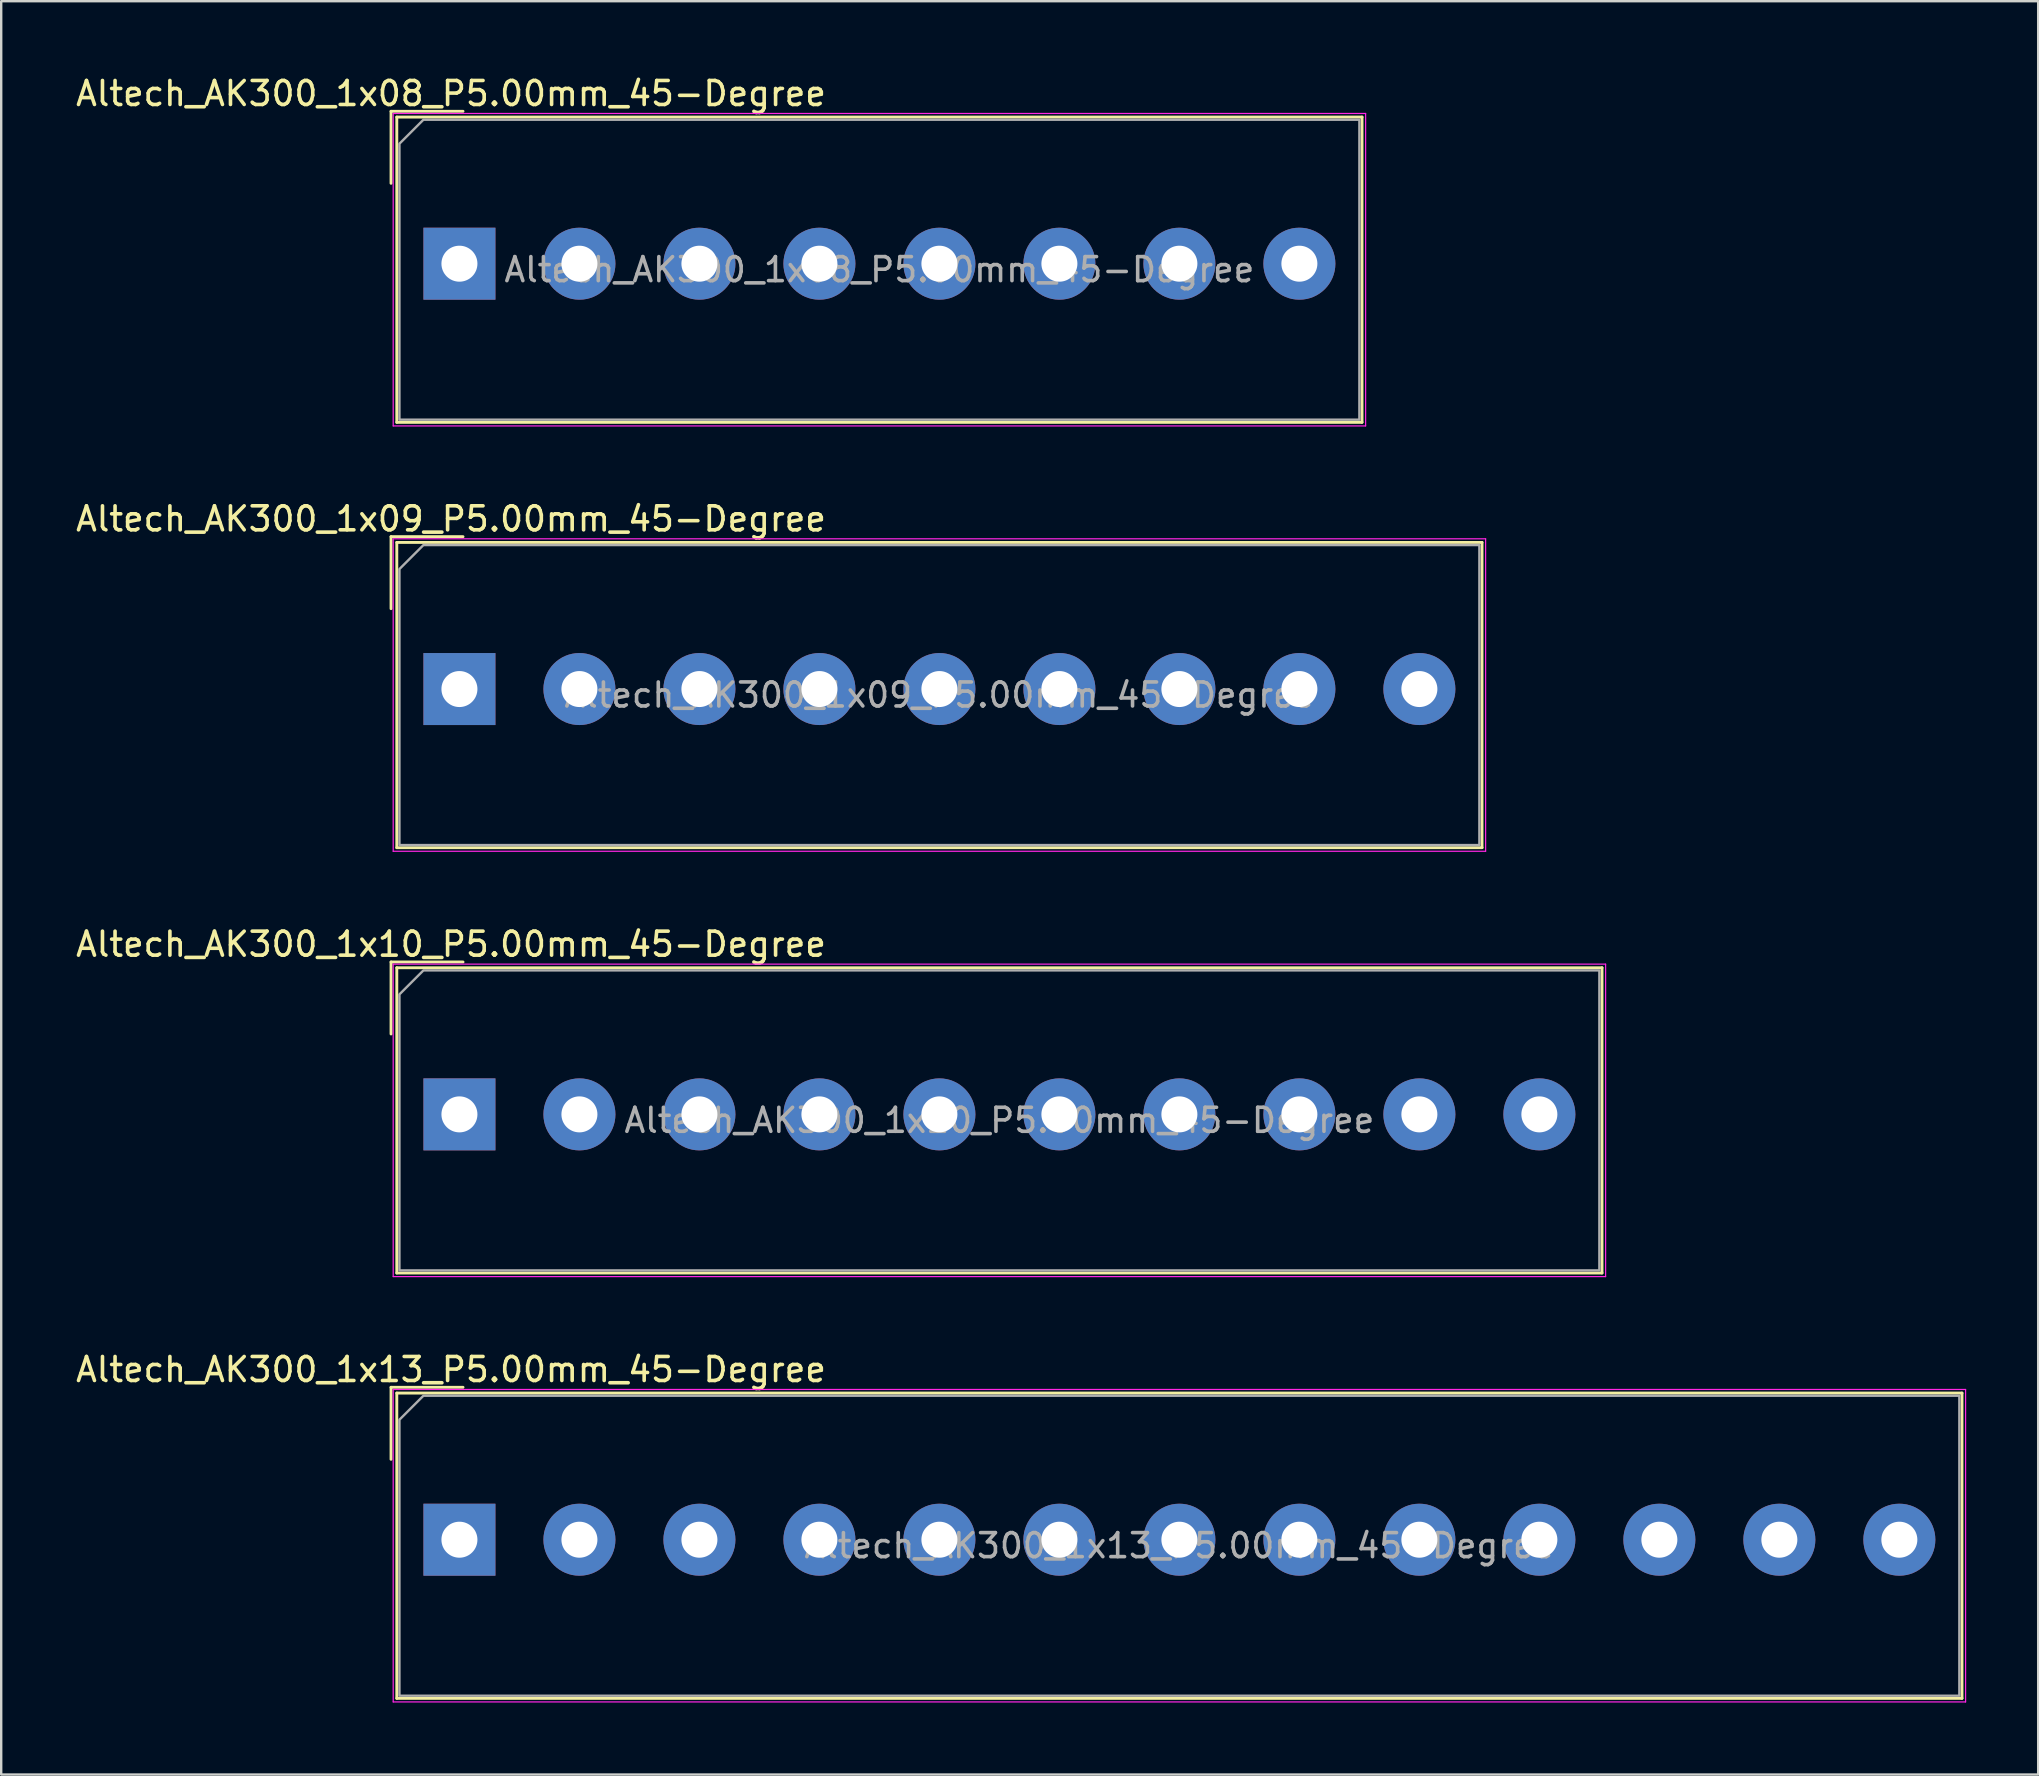
<source format=kicad_pcb>
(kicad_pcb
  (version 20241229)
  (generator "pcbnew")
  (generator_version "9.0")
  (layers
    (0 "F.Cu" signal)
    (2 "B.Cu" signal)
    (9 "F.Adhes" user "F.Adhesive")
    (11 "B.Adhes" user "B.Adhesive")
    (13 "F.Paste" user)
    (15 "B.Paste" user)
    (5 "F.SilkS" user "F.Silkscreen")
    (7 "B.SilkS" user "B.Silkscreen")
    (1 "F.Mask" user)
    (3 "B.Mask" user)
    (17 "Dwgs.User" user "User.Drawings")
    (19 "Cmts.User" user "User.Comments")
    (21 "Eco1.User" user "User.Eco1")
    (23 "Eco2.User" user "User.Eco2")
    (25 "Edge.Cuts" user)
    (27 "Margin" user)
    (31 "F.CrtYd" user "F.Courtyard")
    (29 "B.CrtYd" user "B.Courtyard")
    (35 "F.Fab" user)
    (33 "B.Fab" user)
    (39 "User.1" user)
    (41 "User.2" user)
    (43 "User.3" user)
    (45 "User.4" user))
  (footprint "Altech_AK300_1x08_P5.00mm_45-Degree"
    (layer "F.Cu")
    (at 16.094 7.938)
    (property "Reference" "Altech_AK300_1x08_P5.00mm_45-Degree" (at -0.35 -7.09 0) (layer "F.SilkS") (effects (font (size 1 1) (thickness 0.15))))
    (attr through_hole)
    (fp_line (start -2.85 -6.35) (end 0.15 -6.35) (stroke (width 0.12) (type solid)) (layer "F.SilkS"))
    (fp_line (start -2.85 -3.35) (end -2.85 -6.35) (stroke (width 0.12) (type solid)) (layer "F.SilkS"))
    (fp_line (start -2.61 -6.11) (end -2.61 6.61) (stroke (width 0.12) (type solid)) (layer "F.SilkS"))
    (fp_line (start -2.61 -6.11) (end 37.61 -6.11) (stroke (width 0.12) (type solid)) (layer "F.SilkS"))
    (fp_line (start -2.61 6.61) (end 37.61 6.61) (stroke (width 0.12) (type solid)) (layer "F.SilkS"))
    (fp_line (start 37.61 -6.11) (end 37.61 6.61) (stroke (width 0.12) (type solid)) (layer "F.SilkS"))
    (fp_line (start -2.76 -6.26) (end -2.76 6.76) (stroke (width 0.05) (type solid)) (layer "F.CrtYd"))
    (fp_line (start -2.76 6.76) (end 37.76 6.76) (stroke (width 0.05) (type solid)) (layer "F.CrtYd"))
    (fp_line (start 37.76 -6.26) (end -2.76 -6.26) (stroke (width 0.05) (type solid)) (layer "F.CrtYd"))
    (fp_line (start 37.76 6.76) (end 37.76 -6.26) (stroke (width 0.05) (type solid)) (layer "F.CrtYd"))
    (fp_poly (pts (xy -2.5 -5) (xy -2.5 6.5) (xy 37.5 6.5) (xy 37.5 -6) (xy -1.5 -6)) (stroke (width 0.1) (type solid)) (fill no) (layer "F.Fab"))
    (fp_text user "${REFERENCE}" (at 17.5 0.25 0) (layer "F.Fab") (effects (font (size 1 1) (thickness 0.15))))
    (pad "1" thru_hole rect (at 0 0) (size 3 3) (drill 1.5) (layers "*.Cu" "*.Mask"))
    (pad "2" thru_hole circle (at 5 0) (size 3 3) (drill 1.5) (layers "*.Cu" "*.Mask"))
    (pad "3" thru_hole circle (at 10 0) (size 3 3) (drill 1.5) (layers "*.Cu" "*.Mask"))
    (pad "4" thru_hole circle (at 15 0) (size 3 3) (drill 1.5) (layers "*.Cu" "*.Mask"))
    (pad "5" thru_hole circle (at 20 0) (size 3 3) (drill 1.5) (layers "*.Cu" "*.Mask"))
    (pad "6" thru_hole circle (at 25 0) (size 3 3) (drill 1.5) (layers "*.Cu" "*.Mask"))
    (pad "7" thru_hole circle (at 30 0) (size 3 3) (drill 1.5) (layers "*.Cu" "*.Mask"))
    (pad "8" thru_hole circle (at 35 0) (size 3 3) (drill 1.5) (layers "*.Cu" "*.Mask")))
  (footprint "Altech_AK300_1x13_P5.00mm_45-Degree"
    (layer "F.Cu")
    (at 16.094 61.108)
    (property "Reference" "Altech_AK300_1x13_P5.00mm_45-Degree" (at -0.35 -7.09 0) (layer "F.SilkS") (effects (font (size 1 1) (thickness 0.15))))
    (attr through_hole)
    (fp_line (start -2.85 -6.35) (end 0.15 -6.35) (stroke (width 0.12) (type solid)) (layer "F.SilkS"))
    (fp_line (start -2.85 -3.35) (end -2.85 -6.35) (stroke (width 0.12) (type solid)) (layer "F.SilkS"))
    (fp_line (start -2.61 -6.11) (end -2.61 6.61) (stroke (width 0.12) (type solid)) (layer "F.SilkS"))
    (fp_line (start -2.61 -6.11) (end 62.61 -6.11) (stroke (width 0.12) (type solid)) (layer "F.SilkS"))
    (fp_line (start -2.61 6.61) (end 62.61 6.61) (stroke (width 0.12) (type solid)) (layer "F.SilkS"))
    (fp_line (start 62.61 -6.11) (end 62.61 6.61) (stroke (width 0.12) (type solid)) (layer "F.SilkS"))
    (fp_line (start -2.76 -6.26) (end -2.76 6.76) (stroke (width 0.05) (type solid)) (layer "F.CrtYd"))
    (fp_line (start -2.76 6.76) (end 62.76 6.76) (stroke (width 0.05) (type solid)) (layer "F.CrtYd"))
    (fp_line (start 62.76 -6.26) (end -2.76 -6.26) (stroke (width 0.05) (type solid)) (layer "F.CrtYd"))
    (fp_line (start 62.76 6.76) (end 62.76 -6.26) (stroke (width 0.05) (type solid)) (layer "F.CrtYd"))
    (fp_poly (pts (xy -2.5 -5) (xy -2.5 6.5) (xy 62.5 6.5) (xy 62.5 -6) (xy -1.5 -6)) (stroke (width 0.1) (type solid)) (fill no) (layer "F.Fab"))
    (fp_text user "${REFERENCE}" (at 30 0.25 0) (layer "F.Fab") (effects (font (size 1 1) (thickness 0.15))))
    (pad "1" thru_hole rect (at 0 0) (size 3 3) (drill 1.5) (layers "*.Cu" "*.Mask"))
    (pad "2" thru_hole circle (at 5 0) (size 3 3) (drill 1.5) (layers "*.Cu" "*.Mask"))
    (pad "3" thru_hole circle (at 10 0) (size 3 3) (drill 1.5) (layers "*.Cu" "*.Mask"))
    (pad "4" thru_hole circle (at 15 0) (size 3 3) (drill 1.5) (layers "*.Cu" "*.Mask"))
    (pad "5" thru_hole circle (at 20 0) (size 3 3) (drill 1.5) (layers "*.Cu" "*.Mask"))
    (pad "6" thru_hole circle (at 25 0) (size 3 3) (drill 1.5) (layers "*.Cu" "*.Mask"))
    (pad "7" thru_hole circle (at 30 0) (size 3 3) (drill 1.5) (layers "*.Cu" "*.Mask"))
    (pad "8" thru_hole circle (at 35 0) (size 3 3) (drill 1.5) (layers "*.Cu" "*.Mask"))
    (pad "9" thru_hole circle (at 40 0) (size 3 3) (drill 1.5) (layers "*.Cu" "*.Mask"))
    (pad "10" thru_hole circle (at 45 0) (size 3 3) (drill 1.5) (layers "*.Cu" "*.Mask"))
    (pad "11" thru_hole circle (at 50 0) (size 3 3) (drill 1.5) (layers "*.Cu" "*.Mask"))
    (pad "12" thru_hole circle (at 55 0) (size 3 3) (drill 1.5) (layers "*.Cu" "*.Mask"))
    (pad "13" thru_hole circle (at 60 0) (size 3 3) (drill 1.5) (layers "*.Cu" "*.Mask")))
  (footprint "Altech_AK300_1x10_P5.00mm_45-Degree"
    (layer "F.Cu")
    (at 16.094 43.385)
    (property "Reference" "Altech_AK300_1x10_P5.00mm_45-Degree" (at -0.35 -7.09 0) (layer "F.SilkS") (effects (font (size 1 1) (thickness 0.15))))
    (attr through_hole)
    (fp_line (start -2.85 -6.35) (end 0.15 -6.35) (stroke (width 0.12) (type solid)) (layer "F.SilkS"))
    (fp_line (start -2.85 -3.35) (end -2.85 -6.35) (stroke (width 0.12) (type solid)) (layer "F.SilkS"))
    (fp_line (start -2.61 -6.11) (end -2.61 6.61) (stroke (width 0.12) (type solid)) (layer "F.SilkS"))
    (fp_line (start -2.61 -6.11) (end 47.61 -6.11) (stroke (width 0.12) (type solid)) (layer "F.SilkS"))
    (fp_line (start -2.61 6.61) (end 47.61 6.61) (stroke (width 0.12) (type solid)) (layer "F.SilkS"))
    (fp_line (start 47.61 -6.11) (end 47.61 6.61) (stroke (width 0.12) (type solid)) (layer "F.SilkS"))
    (fp_line (start -2.76 -6.26) (end -2.76 6.76) (stroke (width 0.05) (type solid)) (layer "F.CrtYd"))
    (fp_line (start -2.76 6.76) (end 47.76 6.76) (stroke (width 0.05) (type solid)) (layer "F.CrtYd"))
    (fp_line (start 47.76 -6.26) (end -2.76 -6.26) (stroke (width 0.05) (type solid)) (layer "F.CrtYd"))
    (fp_line (start 47.76 6.76) (end 47.76 -6.26) (stroke (width 0.05) (type solid)) (layer "F.CrtYd"))
    (fp_poly (pts (xy -2.5 -5) (xy -2.5 6.5) (xy 47.5 6.5) (xy 47.5 -6) (xy -1.5 -6)) (stroke (width 0.1) (type solid)) (fill no) (layer "F.Fab"))
    (fp_text user "${REFERENCE}" (at 22.5 0.25 0) (layer "F.Fab") (effects (font (size 1 1) (thickness 0.15))))
    (pad "1" thru_hole rect (at 0 0) (size 3 3) (drill 1.5) (layers "*.Cu" "*.Mask"))
    (pad "2" thru_hole circle (at 5 0) (size 3 3) (drill 1.5) (layers "*.Cu" "*.Mask"))
    (pad "3" thru_hole circle (at 10 0) (size 3 3) (drill 1.5) (layers "*.Cu" "*.Mask"))
    (pad "4" thru_hole circle (at 15 0) (size 3 3) (drill 1.5) (layers "*.Cu" "*.Mask"))
    (pad "5" thru_hole circle (at 20 0) (size 3 3) (drill 1.5) (layers "*.Cu" "*.Mask"))
    (pad "6" thru_hole circle (at 25 0) (size 3 3) (drill 1.5) (layers "*.Cu" "*.Mask"))
    (pad "7" thru_hole circle (at 30 0) (size 3 3) (drill 1.5) (layers "*.Cu" "*.Mask"))
    (pad "8" thru_hole circle (at 35 0) (size 3 3) (drill 1.5) (layers "*.Cu" "*.Mask"))
    (pad "9" thru_hole circle (at 40 0) (size 3 3) (drill 1.5) (layers "*.Cu" "*.Mask"))
    (pad "10" thru_hole circle (at 45 0) (size 3 3) (drill 1.5) (layers "*.Cu" "*.Mask")))
  (footprint "Altech_AK300_1x09_P5.00mm_45-Degree"
    (layer "F.Cu")
    (at 16.094 25.662)
    (property "Reference" "Altech_AK300_1x09_P5.00mm_45-Degree" (at -0.35 -7.09 0) (layer "F.SilkS") (effects (font (size 1 1) (thickness 0.15))))
    (attr through_hole)
    (fp_line (start -2.85 -6.35) (end 0.15 -6.35) (stroke (width 0.12) (type solid)) (layer "F.SilkS"))
    (fp_line (start -2.85 -3.35) (end -2.85 -6.35) (stroke (width 0.12) (type solid)) (layer "F.SilkS"))
    (fp_line (start -2.61 -6.11) (end -2.61 6.61) (stroke (width 0.12) (type solid)) (layer "F.SilkS"))
    (fp_line (start -2.61 -6.11) (end 42.61 -6.11) (stroke (width 0.12) (type solid)) (layer "F.SilkS"))
    (fp_line (start -2.61 6.61) (end 42.61 6.61) (stroke (width 0.12) (type solid)) (layer "F.SilkS"))
    (fp_line (start 42.61 -6.11) (end 42.61 6.61) (stroke (width 0.12) (type solid)) (layer "F.SilkS"))
    (fp_line (start -2.76 -6.26) (end -2.76 6.76) (stroke (width 0.05) (type solid)) (layer "F.CrtYd"))
    (fp_line (start -2.76 6.76) (end 42.76 6.76) (stroke (width 0.05) (type solid)) (layer "F.CrtYd"))
    (fp_line (start 42.76 -6.26) (end -2.76 -6.26) (stroke (width 0.05) (type solid)) (layer "F.CrtYd"))
    (fp_line (start 42.76 6.76) (end 42.76 -6.26) (stroke (width 0.05) (type solid)) (layer "F.CrtYd"))
    (fp_poly (pts (xy -2.5 -5) (xy -2.5 6.5) (xy 42.5 6.5) (xy 42.5 -6) (xy -1.5 -6)) (stroke (width 0.1) (type solid)) (fill no) (layer "F.Fab"))
    (fp_text user "${REFERENCE}" (at 20 0.25 0) (layer "F.Fab") (effects (font (size 1 1) (thickness 0.15))))
    (pad "1" thru_hole rect (at 0 0) (size 3 3) (drill 1.5) (layers "*.Cu" "*.Mask"))
    (pad "2" thru_hole circle (at 5 0) (size 3 3) (drill 1.5) (layers "*.Cu" "*.Mask"))
    (pad "3" thru_hole circle (at 10 0) (size 3 3) (drill 1.5) (layers "*.Cu" "*.Mask"))
    (pad "4" thru_hole circle (at 15 0) (size 3 3) (drill 1.5) (layers "*.Cu" "*.Mask"))
    (pad "5" thru_hole circle (at 20 0) (size 3 3) (drill 1.5) (layers "*.Cu" "*.Mask"))
    (pad "6" thru_hole circle (at 25 0) (size 3 3) (drill 1.5) (layers "*.Cu" "*.Mask"))
    (pad "7" thru_hole circle (at 30 0) (size 3 3) (drill 1.5) (layers "*.Cu" "*.Mask"))
    (pad "8" thru_hole circle (at 35 0) (size 3 3) (drill 1.5) (layers "*.Cu" "*.Mask"))
    (pad "9" thru_hole circle (at 40 0) (size 3 3) (drill 1.5) (layers "*.Cu" "*.Mask")))
  (gr_rect
    (start -3 -3)
    (end 81.879 70.893)
    (stroke (width 0.1) (type default))
    (fill no)
    (layer "Edge.Cuts")))
</source>
